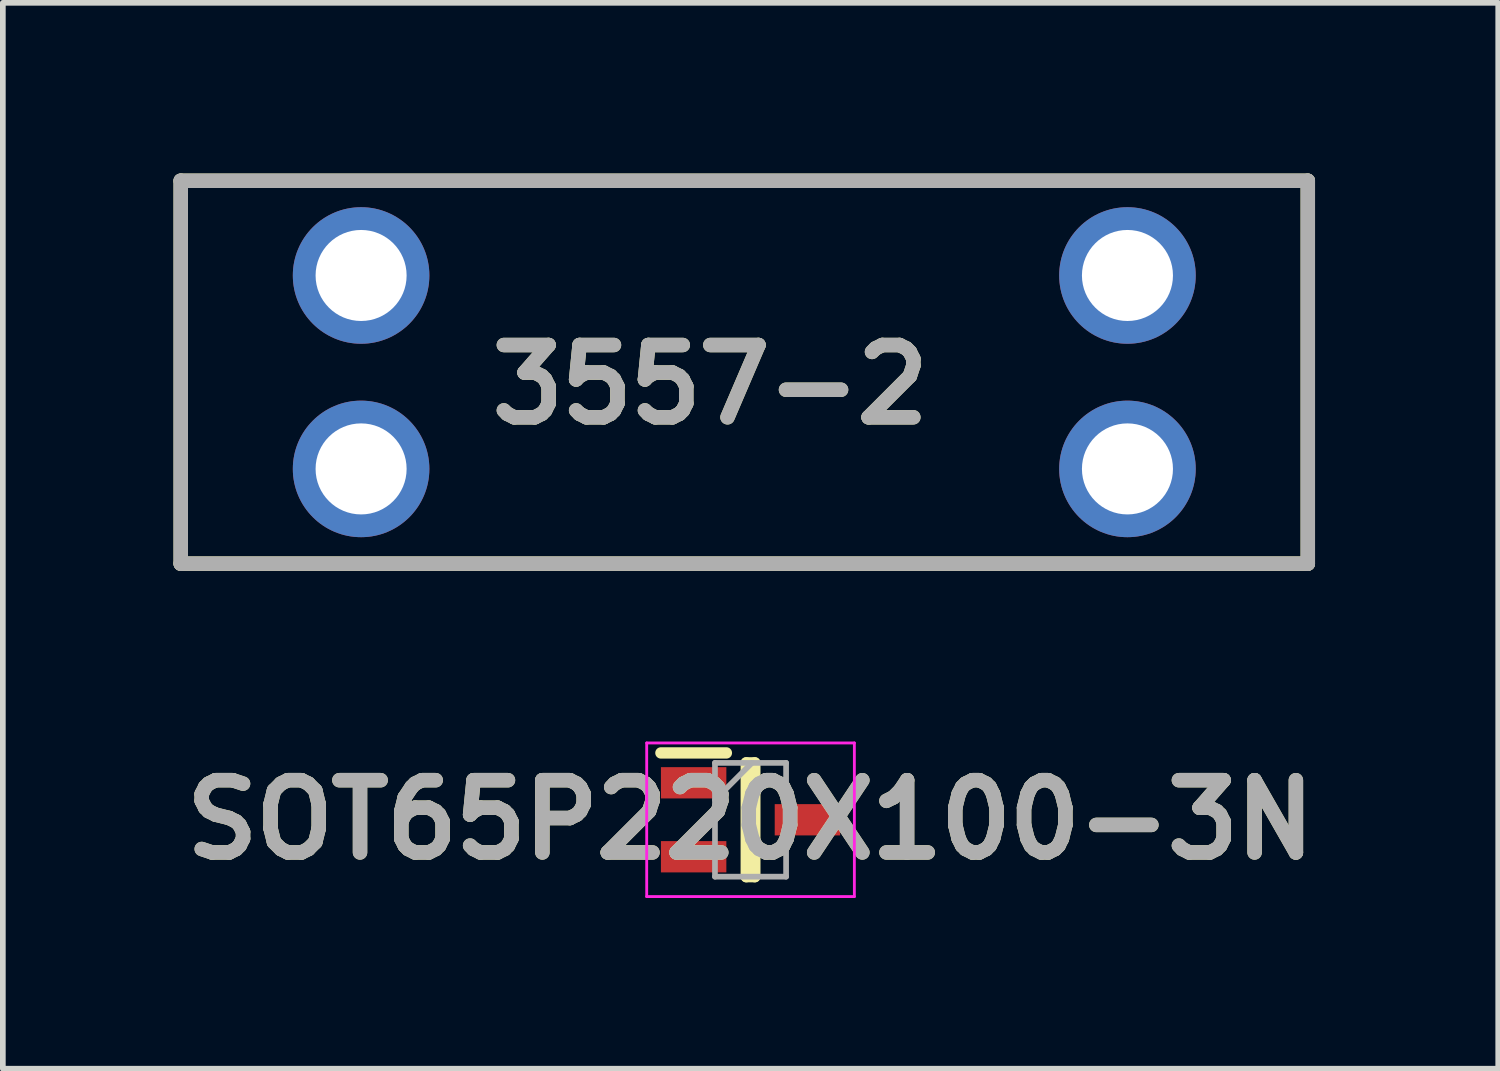
<source format=kicad_pcb>
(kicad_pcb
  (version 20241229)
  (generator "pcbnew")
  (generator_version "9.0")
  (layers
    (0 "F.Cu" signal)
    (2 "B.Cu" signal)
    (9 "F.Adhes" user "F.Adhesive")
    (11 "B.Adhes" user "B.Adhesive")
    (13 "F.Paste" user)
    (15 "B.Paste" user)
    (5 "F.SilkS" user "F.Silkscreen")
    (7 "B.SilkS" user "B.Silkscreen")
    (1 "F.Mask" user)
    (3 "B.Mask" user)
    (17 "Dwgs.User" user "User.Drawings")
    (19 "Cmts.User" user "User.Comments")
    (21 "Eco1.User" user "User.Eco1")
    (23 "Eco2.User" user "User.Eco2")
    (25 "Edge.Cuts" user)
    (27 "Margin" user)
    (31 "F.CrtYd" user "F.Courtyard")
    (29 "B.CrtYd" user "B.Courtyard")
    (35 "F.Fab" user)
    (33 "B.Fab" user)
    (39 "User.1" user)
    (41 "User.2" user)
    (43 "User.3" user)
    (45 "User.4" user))
  (footprint "3557-2"
    (layer "F.Cu")
    (at 10.032 3.492)
    (property "Reference" "3557-2" (at -0.597 0.218 0) (layer "F.SilkS") (effects (font (size 1.27 1.27) (thickness 0.254))))
    (attr through_hole)
    (fp_line (start -9.905 -3.365) (end -9.905 3.365) (stroke (width 0.254) (type solid)) (layer "F.SilkS"))
    (fp_line (start -9.905 3.365) (end 9.905 3.365) (stroke (width 0.254) (type solid)) (layer "F.SilkS"))
    (fp_line (start 9.905 -3.365) (end -9.905 -3.365) (stroke (width 0.254) (type solid)) (layer "F.SilkS"))
    (fp_line (start 9.905 3.365) (end 9.905 -3.365) (stroke (width 0.254) (type solid)) (layer "F.SilkS"))
    (fp_line (start -9.905 -3.365) (end 9.905 -3.365) (stroke (width 0.254) (type solid)) (layer "F.Fab"))
    (fp_line (start -9.905 3.365) (end -9.905 -3.365) (stroke (width 0.254) (type solid)) (layer "F.Fab"))
    (fp_line (start 9.905 -3.365) (end 9.905 3.365) (stroke (width 0.254) (type solid)) (layer "F.Fab"))
    (fp_line (start 9.905 3.365) (end -9.905 3.365) (stroke (width 0.254) (type solid)) (layer "F.Fab"))
    (fp_text user "${REFERENCE}" (at -0.597 0.218 0) (layer "F.Fab") (effects (font (size 1.27 1.27) (thickness 0.254))))
    (pad "1" thru_hole circle (at -6.735 -1.7) (size 2.4 2.4) (drill 1.6) (layers "*.Cu" "*.Mask"))
    (pad "1" thru_hole circle (at -6.735 1.7) (size 2.4 2.4) (drill 1.6) (layers "*.Cu" "*.Mask"))
    (pad "2" thru_hole circle (at 6.735 -1.7) (size 2.4 2.4) (drill 1.6) (layers "*.Cu" "*.Mask"))
    (pad "2" thru_hole circle (at 6.735 1.7) (size 2.4 2.4) (drill 1.6) (layers "*.Cu" "*.Mask")))
  (footprint "SOT65P220X100-3N"
    (layer "F.Cu")
    (at 10.142 11.359)
    (property "Reference" "SOT65P220X100-3N" (at 0 0 0) (layer "F.SilkS") (effects (font (size 1.27 1.27) (thickness 0.254))))
    (attr smd)
    (fp_line (start -1.575 -1.175) (end -0.425 -1.175) (stroke (width 0.2) (type solid)) (layer "F.SilkS"))
    (fp_line (start -0.075 -1) (end 0.075 -1) (stroke (width 0.2) (type solid)) (layer "F.SilkS"))
    (fp_line (start -0.075 1) (end -0.075 -1) (stroke (width 0.2) (type solid)) (layer "F.SilkS"))
    (fp_line (start 0.075 -1) (end 0.075 1) (stroke (width 0.2) (type solid)) (layer "F.SilkS"))
    (fp_line (start 0.075 1) (end -0.075 1) (stroke (width 0.2) (type solid)) (layer "F.SilkS"))
    (fp_line (start -1.825 -1.35) (end 1.825 -1.35) (stroke (width 0.05) (type solid)) (layer "F.CrtYd"))
    (fp_line (start -1.825 1.35) (end -1.825 -1.35) (stroke (width 0.05) (type solid)) (layer "F.CrtYd"))
    (fp_line (start 1.825 -1.35) (end 1.825 1.35) (stroke (width 0.05) (type solid)) (layer "F.CrtYd"))
    (fp_line (start 1.825 1.35) (end -1.825 1.35) (stroke (width 0.05) (type solid)) (layer "F.CrtYd"))
    (fp_line (start -0.625 -1) (end 0.625 -1) (stroke (width 0.1) (type solid)) (layer "F.Fab"))
    (fp_line (start -0.625 -0.35) (end 0.025 -1) (stroke (width 0.1) (type solid)) (layer "F.Fab"))
    (fp_line (start -0.625 1) (end -0.625 -1) (stroke (width 0.1) (type solid)) (layer "F.Fab"))
    (fp_line (start 0.625 -1) (end 0.625 1) (stroke (width 0.1) (type solid)) (layer "F.Fab"))
    (fp_line (start 0.625 1) (end -0.625 1) (stroke (width 0.1) (type solid)) (layer "F.Fab"))
    (fp_text user "${REFERENCE}" (at 0 0 0) (layer "F.Fab") (effects (font (size 1.27 1.27) (thickness 0.254))))
    (pad "1" smd rect (at -1 -0.65 90) (size 0.55 1.15) (layers "F.Cu" "F.Mask" "F.Paste"))
    (pad "2" smd rect (at -1 0.65 90) (size 0.55 1.15) (layers "F.Cu" "F.Mask" "F.Paste"))
    (pad "3" smd rect (at 1 0 90) (size 0.55 1.15) (layers "F.Cu" "F.Mask" "F.Paste")))
  (gr_rect
    (start -3 -3)
    (end 23.284 15.734)
    (stroke (width 0.1) (type default))
    (fill no)
    (layer "Edge.Cuts")))
</source>
